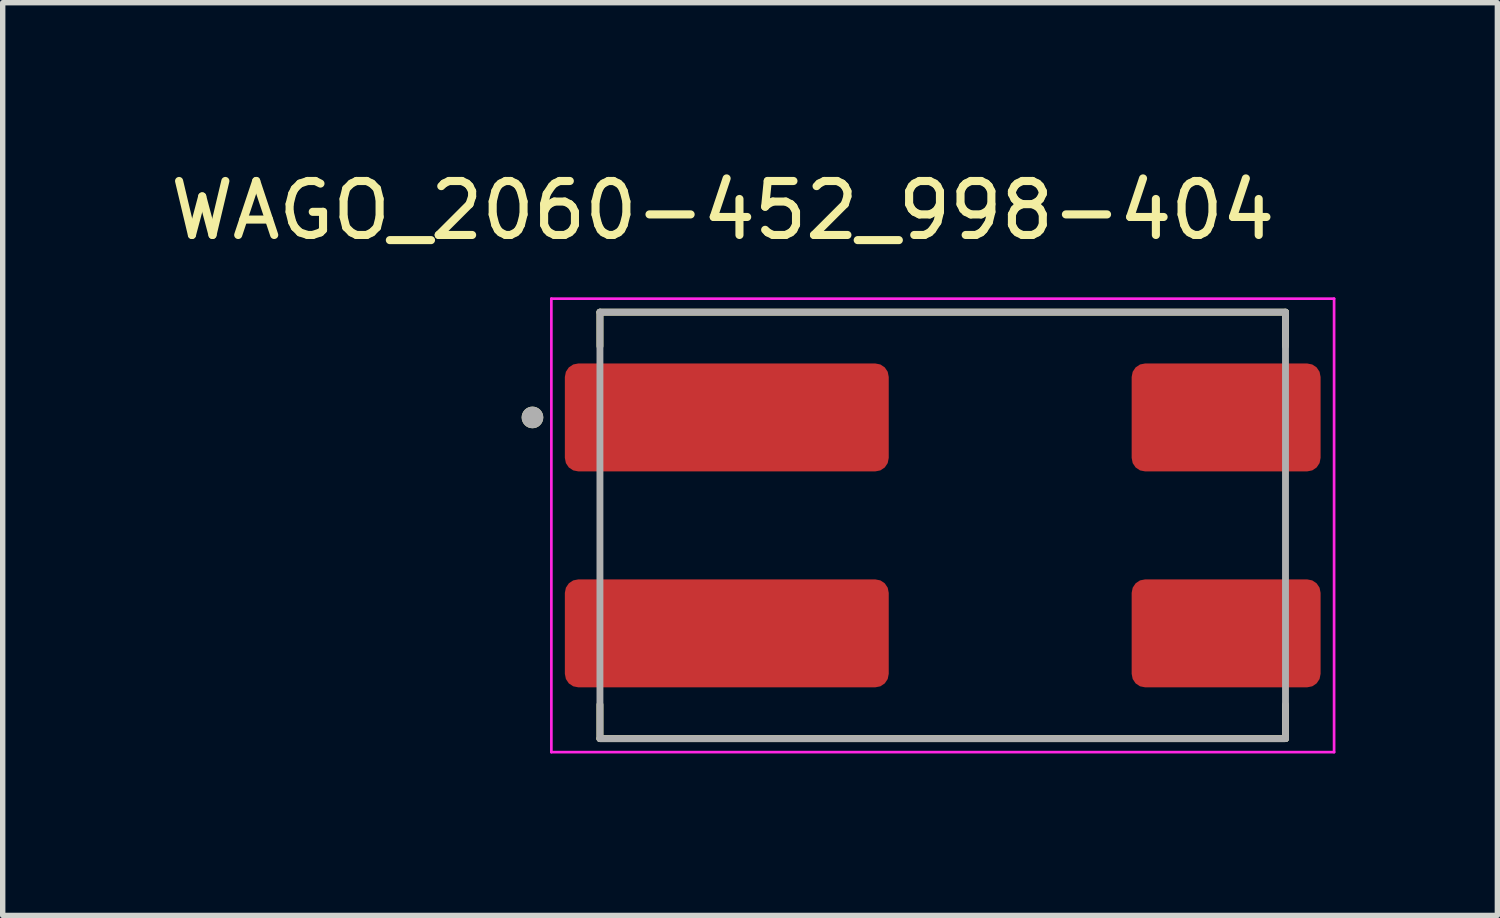
<source format=kicad_pcb>
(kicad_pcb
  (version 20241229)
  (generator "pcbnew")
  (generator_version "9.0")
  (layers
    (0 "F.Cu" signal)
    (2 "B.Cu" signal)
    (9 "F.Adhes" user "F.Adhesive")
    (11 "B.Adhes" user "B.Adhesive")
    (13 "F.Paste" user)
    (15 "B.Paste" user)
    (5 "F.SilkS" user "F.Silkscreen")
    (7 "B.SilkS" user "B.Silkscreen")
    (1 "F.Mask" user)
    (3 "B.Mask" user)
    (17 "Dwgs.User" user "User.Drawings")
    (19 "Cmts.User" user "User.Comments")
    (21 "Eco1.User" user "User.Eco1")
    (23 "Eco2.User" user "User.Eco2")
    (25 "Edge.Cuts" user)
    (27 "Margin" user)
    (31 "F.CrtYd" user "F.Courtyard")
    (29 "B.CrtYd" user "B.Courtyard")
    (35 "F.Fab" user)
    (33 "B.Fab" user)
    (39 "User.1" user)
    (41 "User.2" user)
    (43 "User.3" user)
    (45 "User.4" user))
  (footprint "WAGO_2060-452_998-404"
    (layer "F.Cu")
    (at 14.414 6.683)
    (property "Reference" "WAGO_2060-452_998-404" (at -4.075 -5.835 0) (layer "F.SilkS") (effects (font (size 1 1) (thickness 0.15))))
    (attr smd)
    (fp_line (start -6.35 -3.95) (end -6.35 -3.32) (stroke (width 0.127) (type solid)) (layer "F.SilkS"))
    (fp_line (start -6.35 3.95) (end -6.35 3.32) (stroke (width 0.127) (type solid)) (layer "F.SilkS"))
    (fp_line (start -6.35 3.95) (end 6.35 3.95) (stroke (width 0.127) (type solid)) (layer "F.SilkS"))
    (fp_line (start 6.35 -3.95) (end -6.35 -3.95) (stroke (width 0.127) (type solid)) (layer "F.SilkS"))
    (fp_line (start 6.35 -3.32) (end 6.35 -3.95) (stroke (width 0.127) (type solid)) (layer "F.SilkS"))
    (fp_line (start 6.35 3.95) (end 6.35 3.32) (stroke (width 0.127) (type solid)) (layer "F.SilkS"))
    (fp_circle (center -7.6 -2) (end -7.5 -2) (stroke (width 0.2) (type solid)) (fill no) (layer "F.SilkS"))
    (fp_line (start -7.25 -4.2) (end -7.25 4.2) (stroke (width 0.05) (type solid)) (layer "F.CrtYd"))
    (fp_line (start -7.25 4.2) (end 7.25 4.2) (stroke (width 0.05) (type solid)) (layer "F.CrtYd"))
    (fp_line (start 7.25 -4.2) (end -7.25 -4.2) (stroke (width 0.05) (type solid)) (layer "F.CrtYd"))
    (fp_line (start 7.25 4.2) (end 7.25 -4.2) (stroke (width 0.05) (type solid)) (layer "F.CrtYd"))
    (fp_line (start -6.35 -3.95) (end -6.35 3.95) (stroke (width 0.127) (type solid)) (layer "F.Fab"))
    (fp_line (start -6.35 3.95) (end 6.35 3.95) (stroke (width 0.127) (type solid)) (layer "F.Fab"))
    (fp_line (start 6.35 -3.95) (end -6.35 -3.95) (stroke (width 0.127) (type solid)) (layer "F.Fab"))
    (fp_line (start 6.35 3.95) (end 6.35 -3.95) (stroke (width 0.127) (type solid)) (layer "F.Fab"))
    (fp_circle (center -7.6 -2) (end -7.5 -2) (stroke (width 0.2) (type solid)) (fill no) (layer "F.Fab"))
    (pad "1_1" smd roundrect (at -4 -2) (size 6 2) (layers "F.Cu" "F.Mask" "F.Paste") (roundrect_rratio 0.125))
    (pad "1_2" smd roundrect (at 5.25 -2) (size 3.5 2) (layers "F.Cu" "F.Mask" "F.Paste") (roundrect_rratio 0.125))
    (pad "2_1" smd roundrect (at -4 2) (size 6 2) (layers "F.Cu" "F.Mask" "F.Paste") (roundrect_rratio 0.125))
    (pad "2_2" smd roundrect (at 5.25 2) (size 3.5 2) (layers "F.Cu" "F.Mask" "F.Paste") (roundrect_rratio 0.125)))
  (gr_rect
    (start -3 -3)
    (end 24.689 13.908)
    (stroke (width 0.1) (type default))
    (fill no)
    (layer "Edge.Cuts")))
</source>
